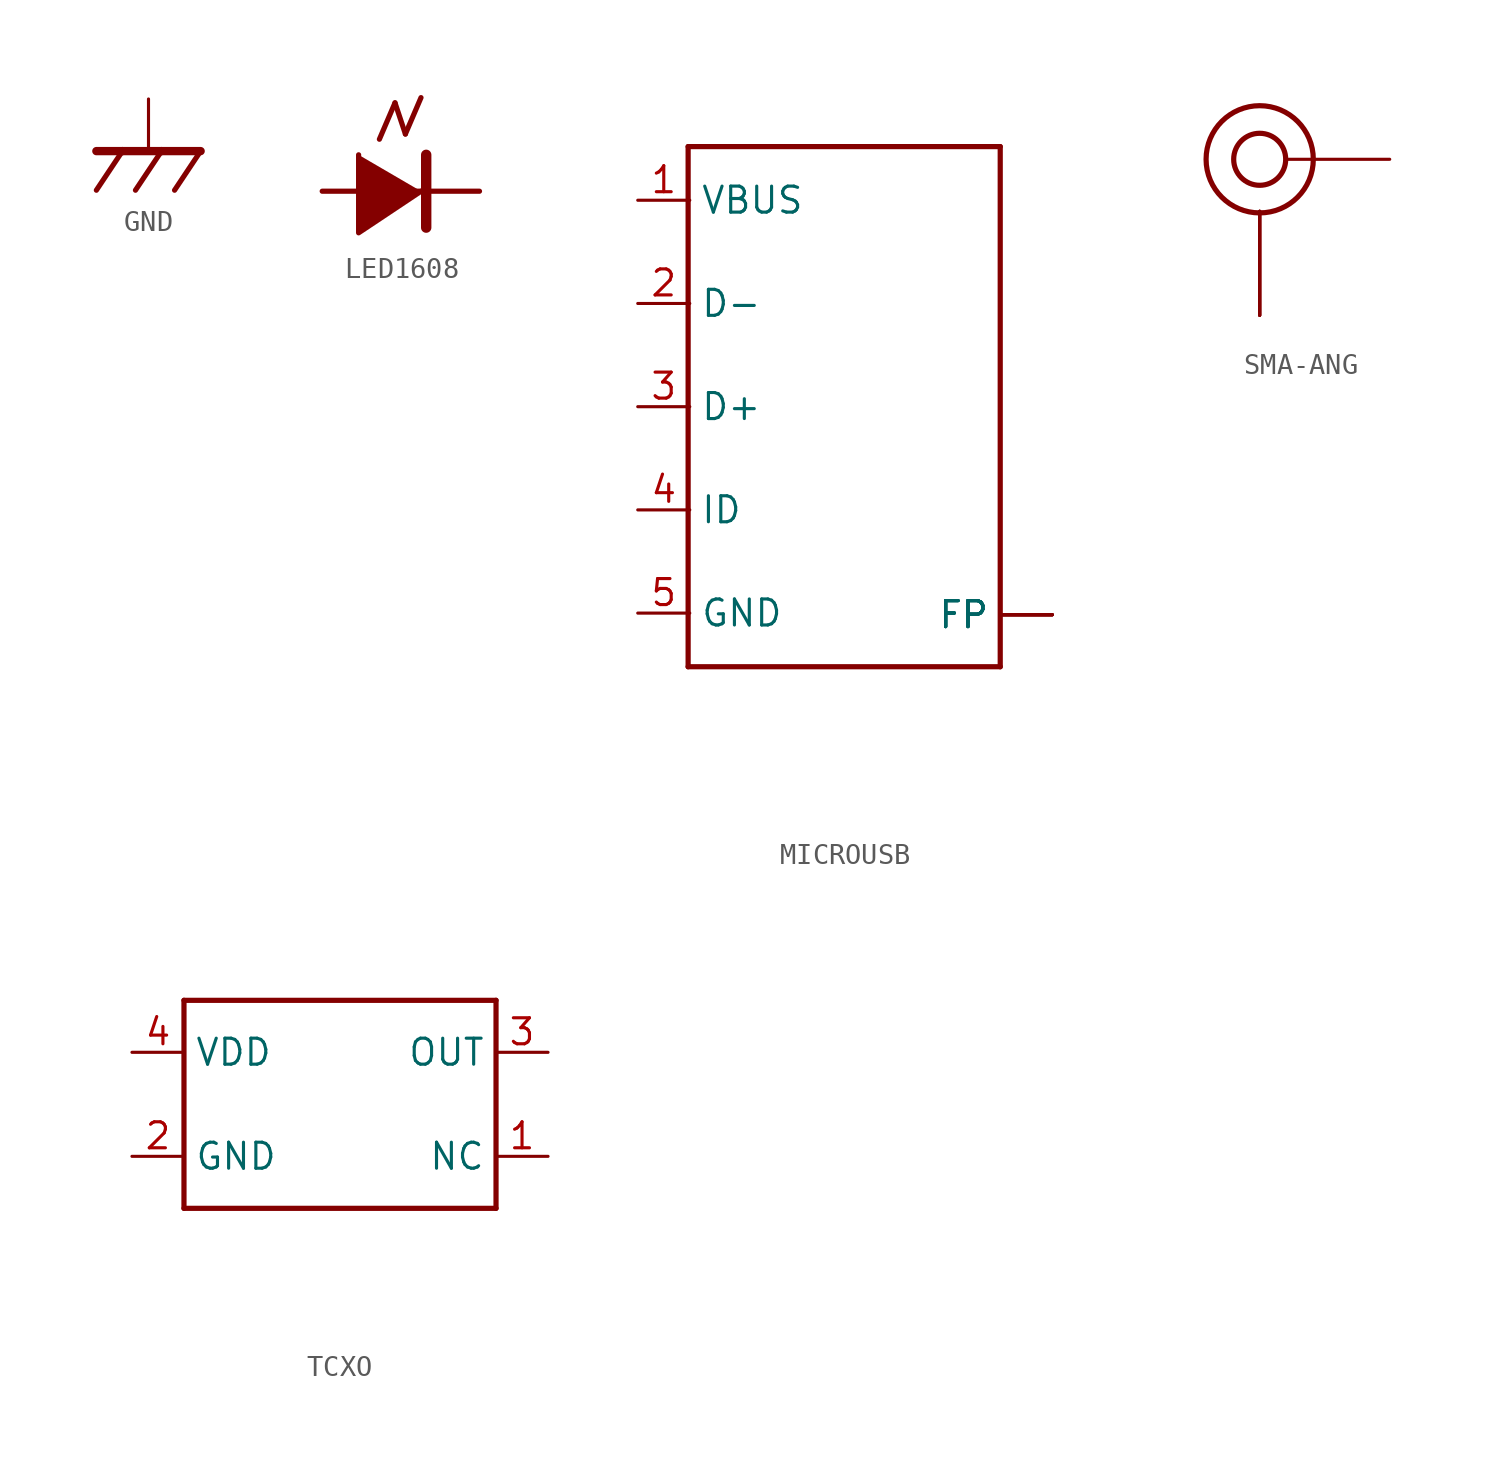
<source format=kicad_sym>
(kicad_symbol_lib
  (version 20231120)
  (generator "kicad_symbol_editor")
  (generator_version "8.0")
  (symbol "GND"
    (power)
    (property "Reference" ""
      (at 0 0 0)
      (effects (font (size 1.27 1.27)) (hide yes)))
    (property "ki_locked" ""
      (at 0 0 0)
      (effects (font (size 1.27 1.27))))
    (symbol "GND_1_0"
      (polyline (pts (xy -2.54 -2.54) (xy -1.27 -2.54)) (stroke (width 0.406) (type solid)) (fill (type none)))
      (polyline (pts (xy -1.27 -2.54) (xy -2.54 -4.445)) (stroke (width 0.254) (type solid)) (fill (type none)))
      (polyline (pts (xy 0.635 -2.54) (xy -1.27 -2.54)) (stroke (width 0.406) (type solid)) (fill (type none)))
      (polyline (pts (xy 0.635 -2.54) (xy -0.635 -4.445)) (stroke (width 0.254) (type solid)) (fill (type none)))
      (polyline (pts (xy 0.635 -2.54) (xy 2.54 -2.54)) (stroke (width 0.406) (type solid)) (fill (type none)))
      (polyline (pts (xy 2.54 -2.54) (xy 1.27 -4.445)) (stroke (width 0.254) (type solid)) (fill (type none)))
      (pin power_out line (at 0 0 270) (length 2.54) (name "GND" (effects (font (size 0 0)))) (number "1" (effects (font (size 0 0)))))))
  (symbol "LED1608"
    (property "Reference" ""
      (at -1.27 -5.08 0)
      (effects (font (size 1.27 1.079)) (justify left bottom) (hide yes)))
    (property "ki_locked" ""
      (at 0 0 0)
      (effects (font (size 1.27 1.27))))
    (symbol "LED1608_1_0"
      (polyline (pts (xy -2.54 0) (xy 5.144 0)) (stroke (width 0.254) (type solid)) (fill (type none)))
      (polyline (pts (xy 0.254 2.54) (xy 1.016 4.318)) (stroke (width 0.254) (type solid)) (fill (type none)))
      (polyline (pts (xy 1.016 4.318) (xy 1.524 2.794)) (stroke (width 0.254) (type solid)) (fill (type none)))
      (polyline (pts (xy 1.524 2.794) (xy 2.286 4.572)) (stroke (width 0.254) (type solid)) (fill (type none)))
      (polyline (pts (xy 2.54 1.778) (xy 2.54 -1.778)) (stroke (width 0.508) (type solid)) (fill (type none)))
      (polyline (pts (xy -0.762 1.778) (xy -0.762 -2.032) (xy 2.286 0)) (stroke (width 0.254) (type solid)) (fill (type outline)))
      (pin passive line (at -2.54 0 0) (length 0) (name "+" (effects (font (size 0 0)))) (number "1" (effects (font (size 0 0)))))
      (pin passive line (at 5.08 0 0) (length 0) (name "P$2" (effects (font (size 0 0)))) (number "2" (effects (font (size 0 0)))))))
  (symbol "MICROUSB"
    (property "Reference" ""
      (at -5.08 15.24 0)
      (effects (font (size 1.778 1.511)) (justify left bottom) (hide yes)))
    (property "Value" ""
      (at -5.08 -17.78 0)
      (effects (font (size 1.778 1.511)) (justify left bottom)))
    (property "ki_locked" ""
      (at 0 0 0)
      (effects (font (size 1.27 1.27))))
    (symbol "MICROUSB_1_0"
      (polyline (pts (xy -7.62 -12.7) (xy 7.62 -12.7)) (stroke (width 0.254) (type solid)) (fill (type none)))
      (polyline (pts (xy -7.62 12.7) (xy -7.62 -12.7)) (stroke (width 0.254) (type solid)) (fill (type none)))
      (polyline (pts (xy 7.62 -12.7) (xy 7.62 12.7)) (stroke (width 0.254) (type solid)) (fill (type none)))
      (polyline (pts (xy 7.62 12.7) (xy -7.62 12.7)) (stroke (width 0.254) (type solid)) (fill (type none)))
      (pin power_in line (at -10.08 10.08 0) (length 2.54) (name "VBUS" (effects (font (size 1.27 1.27)))) (number "1" (effects (font (size 1.27 1.27)))))
      (pin bidirectional line (at -10.08 5.04 0) (length 2.54) (name "D-" (effects (font (size 1.27 1.27)))) (number "2" (effects (font (size 1.27 1.27)))))
      (pin bidirectional line (at -10.08 0 0) (length 2.54) (name "D+" (effects (font (size 1.27 1.27)))) (number "3" (effects (font (size 1.27 1.27)))))
      (pin bidirectional line (at -10.08 -5.04 0) (length 2.54) (name "ID" (effects (font (size 1.27 1.27)))) (number "4" (effects (font (size 1.27 1.27)))))
      (pin power_in line (at -10.08 -10.08 0) (length 2.54) (name "GND" (effects (font (size 1.27 1.27)))) (number "5" (effects (font (size 1.27 1.27)))))
      (pin power_in line (at 10.16 -10.16 180) (length 2.54) (name "FP" (effects (font (size 1.27 1.27)))) (number "G1" (effects (font (size 0 0)))))
      (pin power_in line (at 10.16 -10.16 180) (length 2.54) (name "FP" (effects (font (size 1.27 1.27)))) (number "G2" (effects (font (size 0 0)))))
      (pin power_in line (at 10.16 -10.16 180) (length 2.54) (name "FP" (effects (font (size 1.27 1.27)))) (number "G3" (effects (font (size 0 0)))))
      (pin power_in line (at 10.16 -10.16 180) (length 2.54) (name "FP" (effects (font (size 1.27 1.27)))) (number "G4" (effects (font (size 0 0)))))
      (pin power_in line (at 10.16 -10.16 180) (length 2.54) (name "FP" (effects (font (size 1.27 1.27)))) (number "G5" (effects (font (size 0 0)))))
      (pin power_in line (at 10.16 -10.16 180) (length 2.54) (name "FP" (effects (font (size 1.27 1.27)))) (number "G6" (effects (font (size 0 0)))))))
  (symbol "SMA-ANG"
    (property "Reference" "J"
      (at -3.81 3.81 0)
      (effects (font (size 1.778 1.511)) (justify left bottom) (hide yes)))
    (symbol "SMA-ANG_1_0"
      (circle (center 0 0) (radius 1.27) (stroke (width 0.254) (type solid)) (fill (type none)))
      (circle (center 0 0) (radius 2.618) (stroke (width 0.254) (type solid)) (fill (type none)))
      (pin passive line (at 6.35 0 180) (length 5.08) (name "RF" (effects (font (size 0 0)))) (number "P1" (effects (font (size 0 0)))))
      (pin passive line (at 0 -7.62 90) (length 5.08) (name "GND" (effects (font (size 0 0)))) (number "P2" (effects (font (size 0 0)))))
      (pin passive line (at 0 -7.62 90) (length 5.08) (name "GND" (effects (font (size 0 0)))) (number "P3" (effects (font (size 0 0)))))
      (pin passive line (at 0 -7.62 90) (length 5.08) (name "GND" (effects (font (size 0 0)))) (number "P4" (effects (font (size 0 0)))))
      (pin passive line (at 0 -7.62 90) (length 5.08) (name "GND" (effects (font (size 0 0)))) (number "P5" (effects (font (size 0 0)))))))
  (symbol "TCXO"
    (property "Reference" ""
      (at -5.08 7.62 0)
      (effects (font (size 1.778 1.511) (bold yes)) (justify left bottom) (hide yes)))
    (property "Value" ""
      (at -5.08 -10.16 0)
      (effects (font (size 1.778 1.511) (bold yes)) (justify left bottom)))
    (property "ki_locked" ""
      (at 0 0 0)
      (effects (font (size 1.27 1.27))))
    (symbol "TCXO_1_0"
      (polyline (pts (xy -7.62 -5.08) (xy 7.62 -5.08)) (stroke (width 0.254) (type solid)) (fill (type none)))
      (polyline (pts (xy -7.62 5.08) (xy -7.62 -5.08)) (stroke (width 0.254) (type solid)) (fill (type none)))
      (polyline (pts (xy 7.62 -5.08) (xy 7.62 5.08)) (stroke (width 0.254) (type solid)) (fill (type none)))
      (polyline (pts (xy 7.62 5.08) (xy -7.62 5.08)) (stroke (width 0.254) (type solid)) (fill (type none)))
      (pin bidirectional line (at 10.16 -2.54 180) (length 2.54) (name "NC" (effects (font (size 1.27 1.27)))) (number "1" (effects (font (size 1.27 1.27)))))
      (pin bidirectional line (at -10.16 -2.54 0) (length 2.54) (name "GND" (effects (font (size 1.27 1.27)))) (number "2" (effects (font (size 1.27 1.27)))))
      (pin bidirectional line (at 10.16 2.54 180) (length 2.54) (name "OUT" (effects (font (size 1.27 1.27)))) (number "3" (effects (font (size 1.27 1.27)))))
      (pin bidirectional line (at -10.16 2.54 0) (length 2.54) (name "VDD" (effects (font (size 1.27 1.27)))) (number "4" (effects (font (size 1.27 1.27))))))))
</source>
